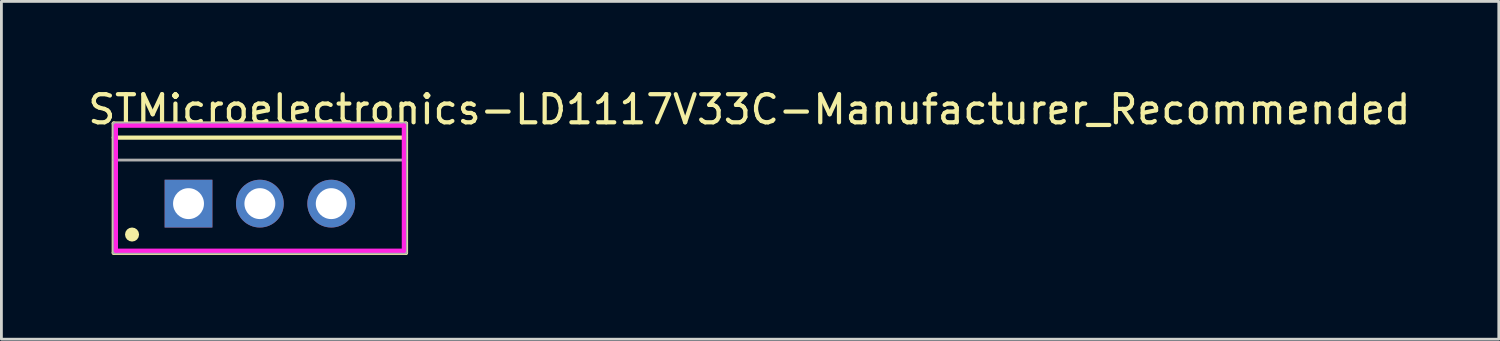
<source format=kicad_pcb>
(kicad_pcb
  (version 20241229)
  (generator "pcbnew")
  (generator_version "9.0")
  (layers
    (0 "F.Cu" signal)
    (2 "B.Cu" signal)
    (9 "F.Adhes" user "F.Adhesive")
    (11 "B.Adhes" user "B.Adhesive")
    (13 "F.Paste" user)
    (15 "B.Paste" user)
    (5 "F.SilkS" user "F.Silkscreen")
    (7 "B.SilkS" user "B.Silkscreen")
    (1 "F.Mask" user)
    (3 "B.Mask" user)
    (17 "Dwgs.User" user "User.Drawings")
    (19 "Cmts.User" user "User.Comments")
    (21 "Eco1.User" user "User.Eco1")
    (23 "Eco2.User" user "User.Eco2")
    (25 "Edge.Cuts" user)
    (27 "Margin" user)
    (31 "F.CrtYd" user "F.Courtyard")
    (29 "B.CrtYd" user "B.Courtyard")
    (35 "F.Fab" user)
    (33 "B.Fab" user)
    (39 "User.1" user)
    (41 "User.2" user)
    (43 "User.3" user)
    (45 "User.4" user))
  (footprint "STMicroelectronics-LD1117V33C-Manufacturer_Recommended"
    (layer "F.Cu")
    (at 6.2 4.198)
    (property "Reference" "STMicroelectronics-LD1117V33C-Manufacturer_Recommended" (at -6.2 -3.35 0) (layer "F.SilkS") (effects (font (size 1 1) (thickness 0.15)) (justify left)))
    (attr through_hole)
    (fp_line (start -5.2 1.75) (end -5.2 -2.85) (stroke (width 0.15) (type solid)) (layer "F.SilkS"))
    (fp_line (start -5.2 -2.85) (end 5.2 -2.85) (stroke (width 0.15) (type solid)) (layer "F.SilkS"))
    (fp_line (start -5.2 -2.35) (end 5.2 -2.35) (stroke (width 0.15) (type solid)) (layer "F.SilkS"))
    (fp_line (start -5.2 1.75) (end 5.2 1.75) (stroke (width 0.15) (type solid)) (layer "F.SilkS"))
    (fp_line (start 5.2 1.75) (end 5.2 -2.85) (stroke (width 0.15) (type solid)) (layer "F.SilkS"))
    (fp_circle (center -4.55 1.1) (end -4.425 1.1) (stroke (width 0.25) (type solid)) (fill no) (layer "F.SilkS"))
    (fp_line (start -5.125 -2.775) (end -5.125 1.675) (stroke (width 0.15) (type solid)) (layer "F.CrtYd"))
    (fp_line (start -5.125 1.675) (end 5.125 1.675) (stroke (width 0.15) (type solid)) (layer "F.CrtYd"))
    (fp_line (start 5.125 -2.775) (end -5.125 -2.775) (stroke (width 0.15) (type solid)) (layer "F.CrtYd"))
    (fp_line (start 5.125 -2.775) (end 5.125 -2.775) (stroke (width 0.15) (type solid)) (layer "F.CrtYd"))
    (fp_line (start 5.125 1.675) (end 5.125 -2.775) (stroke (width 0.15) (type solid)) (layer "F.CrtYd"))
    (fp_line (start -5.2 -2.85) (end 5.2 -2.85) (stroke (width 0.1) (type solid)) (layer "F.Fab"))
    (fp_line (start -5.2 -1.55) (end 5.2 -1.55) (stroke (width 0.1) (type solid)) (layer "F.Fab"))
    (fp_line (start -5.2 1.75) (end 5.2 1.75) (stroke (width 0.1) (type solid)) (layer "F.Fab"))
    (fp_line (start -5.2 1.75) (end -5.2 -2.85) (stroke (width 0.1) (type solid)) (layer "F.Fab"))
    (fp_line (start 5.2 1.75) (end 5.2 -2.85) (stroke (width 0.1) (type solid)) (layer "F.Fab"))
    (pad "1" thru_hole rect (at -2.54 0) (size 1.7 1.7) (drill 1.1) (layers "*.Cu"))
    (pad "2" thru_hole circle (at 0.000003 0) (size 1.7 1.7) (drill 1.1) (layers "*.Cu"))
    (pad "3" thru_hole circle (at 2.54 0) (size 1.7 1.7) (drill 1.1) (layers "*.Cu")))
  (gr_rect
    (start -3 -3)
    (end 50.298 9.023)
    (stroke (width 0.1) (type default))
    (fill no)
    (layer "Edge.Cuts")))
</source>
